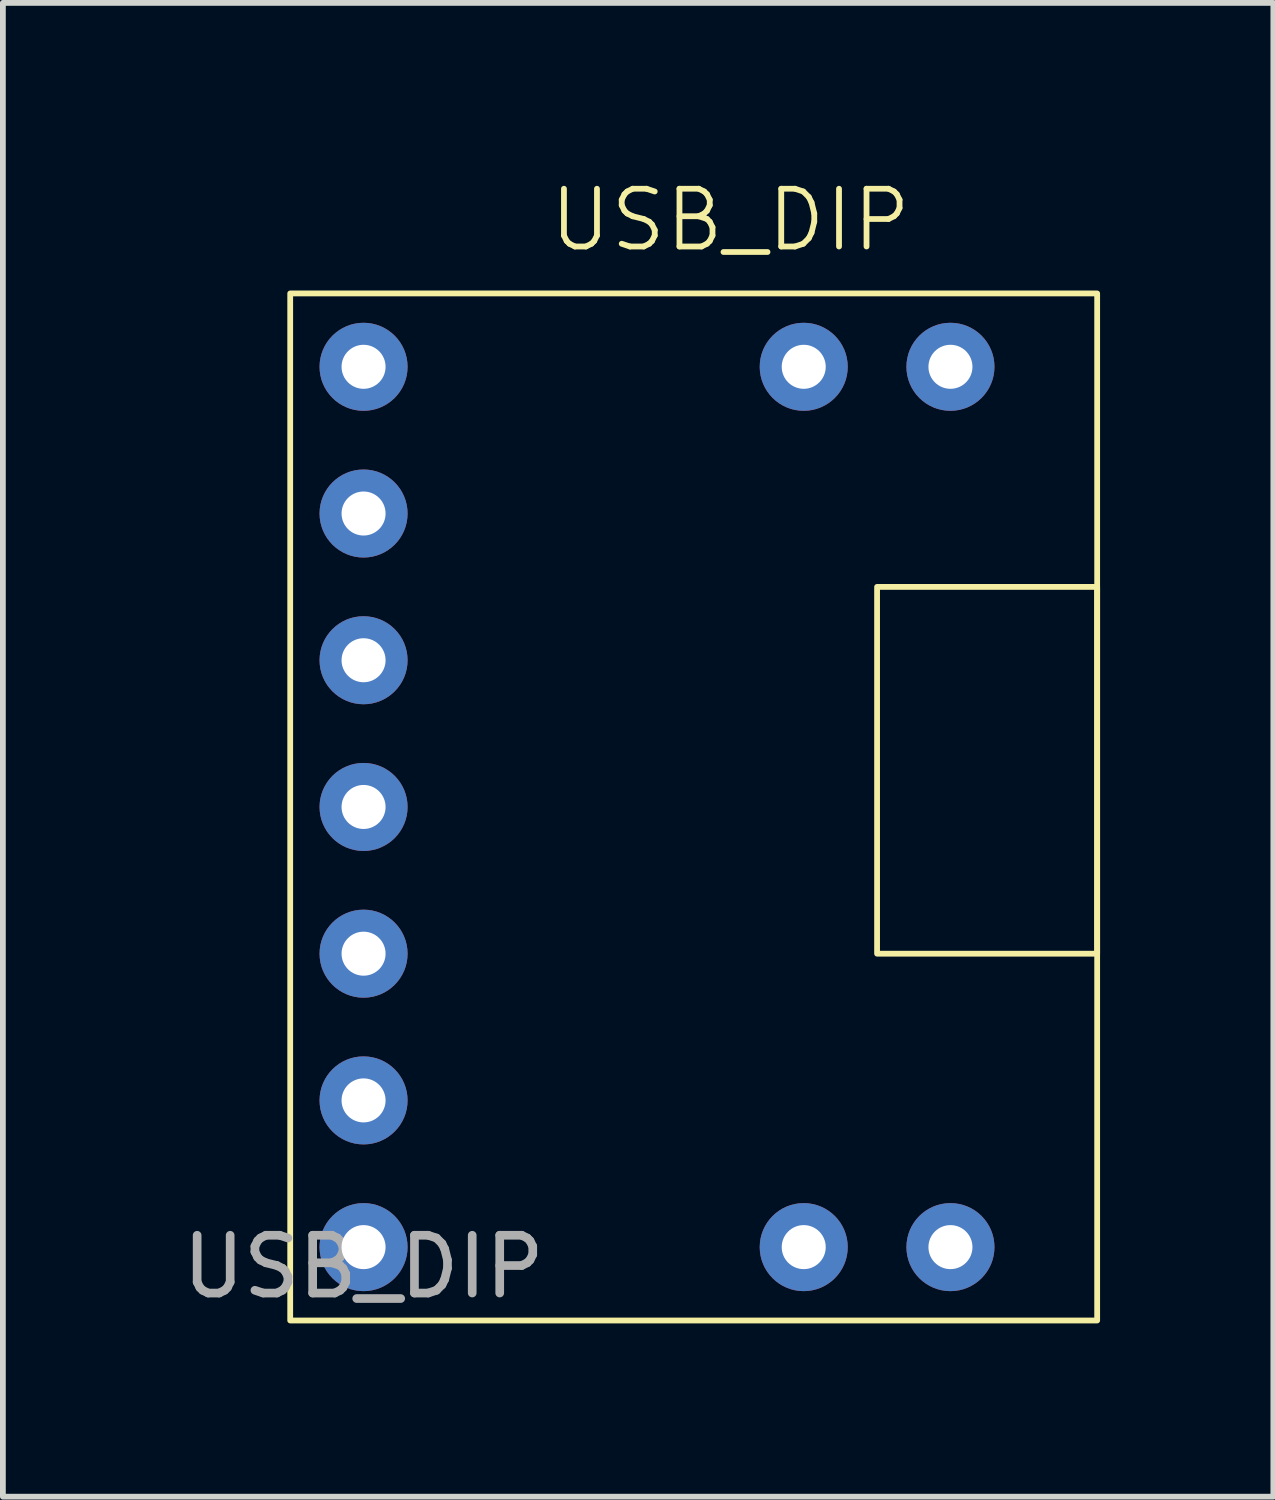
<source format=kicad_pcb>
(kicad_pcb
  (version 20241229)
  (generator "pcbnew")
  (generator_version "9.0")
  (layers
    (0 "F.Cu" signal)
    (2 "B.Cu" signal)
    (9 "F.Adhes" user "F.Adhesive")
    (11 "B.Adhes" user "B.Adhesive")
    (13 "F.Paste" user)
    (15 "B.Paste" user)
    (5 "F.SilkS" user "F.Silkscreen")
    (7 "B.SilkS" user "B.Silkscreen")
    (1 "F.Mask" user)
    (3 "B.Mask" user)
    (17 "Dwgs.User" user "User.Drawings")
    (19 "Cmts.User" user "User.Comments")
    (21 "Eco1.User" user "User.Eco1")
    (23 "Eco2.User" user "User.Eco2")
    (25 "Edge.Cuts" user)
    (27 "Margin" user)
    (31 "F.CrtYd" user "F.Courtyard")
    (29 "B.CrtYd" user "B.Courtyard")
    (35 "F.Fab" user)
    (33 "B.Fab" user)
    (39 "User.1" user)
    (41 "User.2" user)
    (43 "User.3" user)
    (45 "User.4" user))
  (footprint "USB_DIP"
    (layer "F.Cu")
    (at 1.974 2.03)
    (property "Reference" "USB_DIP" (at 7.62 -1.27 0) (unlocked yes) (layer "F.SilkS") (effects (font (size 1 1) (thickness 0.1))))
    (attr through_hole)
    (fp_rect (start 0 0) (end 13.97 17.78) (stroke (width 0.1) (type default)) (fill no) (layer "F.SilkS"))
    (fp_rect (start 10.16 5.08) (end 13.97 11.43) (stroke (width 0.1) (type default)) (fill no) (layer "F.SilkS"))
    (fp_text user "${REFERENCE}" (at 1.27 16.85 0) (unlocked yes) (layer "F.Fab") (effects (font (size 1 1) (thickness 0.15))))
    (pad "1" thru_hole circle (at 1.27 1.27) (size 1.524 1.524) (drill 0.762) (layers "*.Cu" "*.Mask"))
    (pad "2" thru_hole circle (at 1.27 3.81) (size 1.524 1.524) (drill 0.762) (layers "*.Cu" "*.Mask"))
    (pad "3" thru_hole circle (at 1.27 6.35) (size 1.524 1.524) (drill 0.762) (layers "*.Cu" "*.Mask"))
    (pad "4" thru_hole circle (at 1.27 8.89) (size 1.524 1.524) (drill 0.762) (layers "*.Cu" "*.Mask"))
    (pad "5" thru_hole circle (at 1.27 11.43) (size 1.524 1.524) (drill 0.762) (layers "*.Cu" "*.Mask"))
    (pad "6" thru_hole circle (at 1.27 13.97) (size 1.524 1.524) (drill 0.762) (layers "*.Cu" "*.Mask"))
    (pad "7" thru_hole circle (at 1.27 16.51) (size 1.524 1.524) (drill 0.762) (layers "*.Cu" "*.Mask"))
    (pad "8" thru_hole circle (at 8.89 1.27) (size 1.524 1.524) (drill 0.762) (layers "*.Cu" "*.Mask"))
    (pad "9" thru_hole circle (at 11.43 1.27) (size 1.524 1.524) (drill 0.762) (layers "*.Cu" "*.Mask"))
    (pad "10" thru_hole circle (at 8.89 16.51) (size 1.524 1.524) (drill 0.762) (layers "*.Cu" "*.Mask"))
    (pad "11" thru_hole circle (at 11.43 16.51) (size 1.524 1.524) (drill 0.762) (layers "*.Cu" "*.Mask")))
  (gr_rect
    (start -3 -3)
    (end 18.994 22.86)
    (stroke (width 0.1) (type default))
    (fill no)
    (layer "Edge.Cuts")))
</source>
